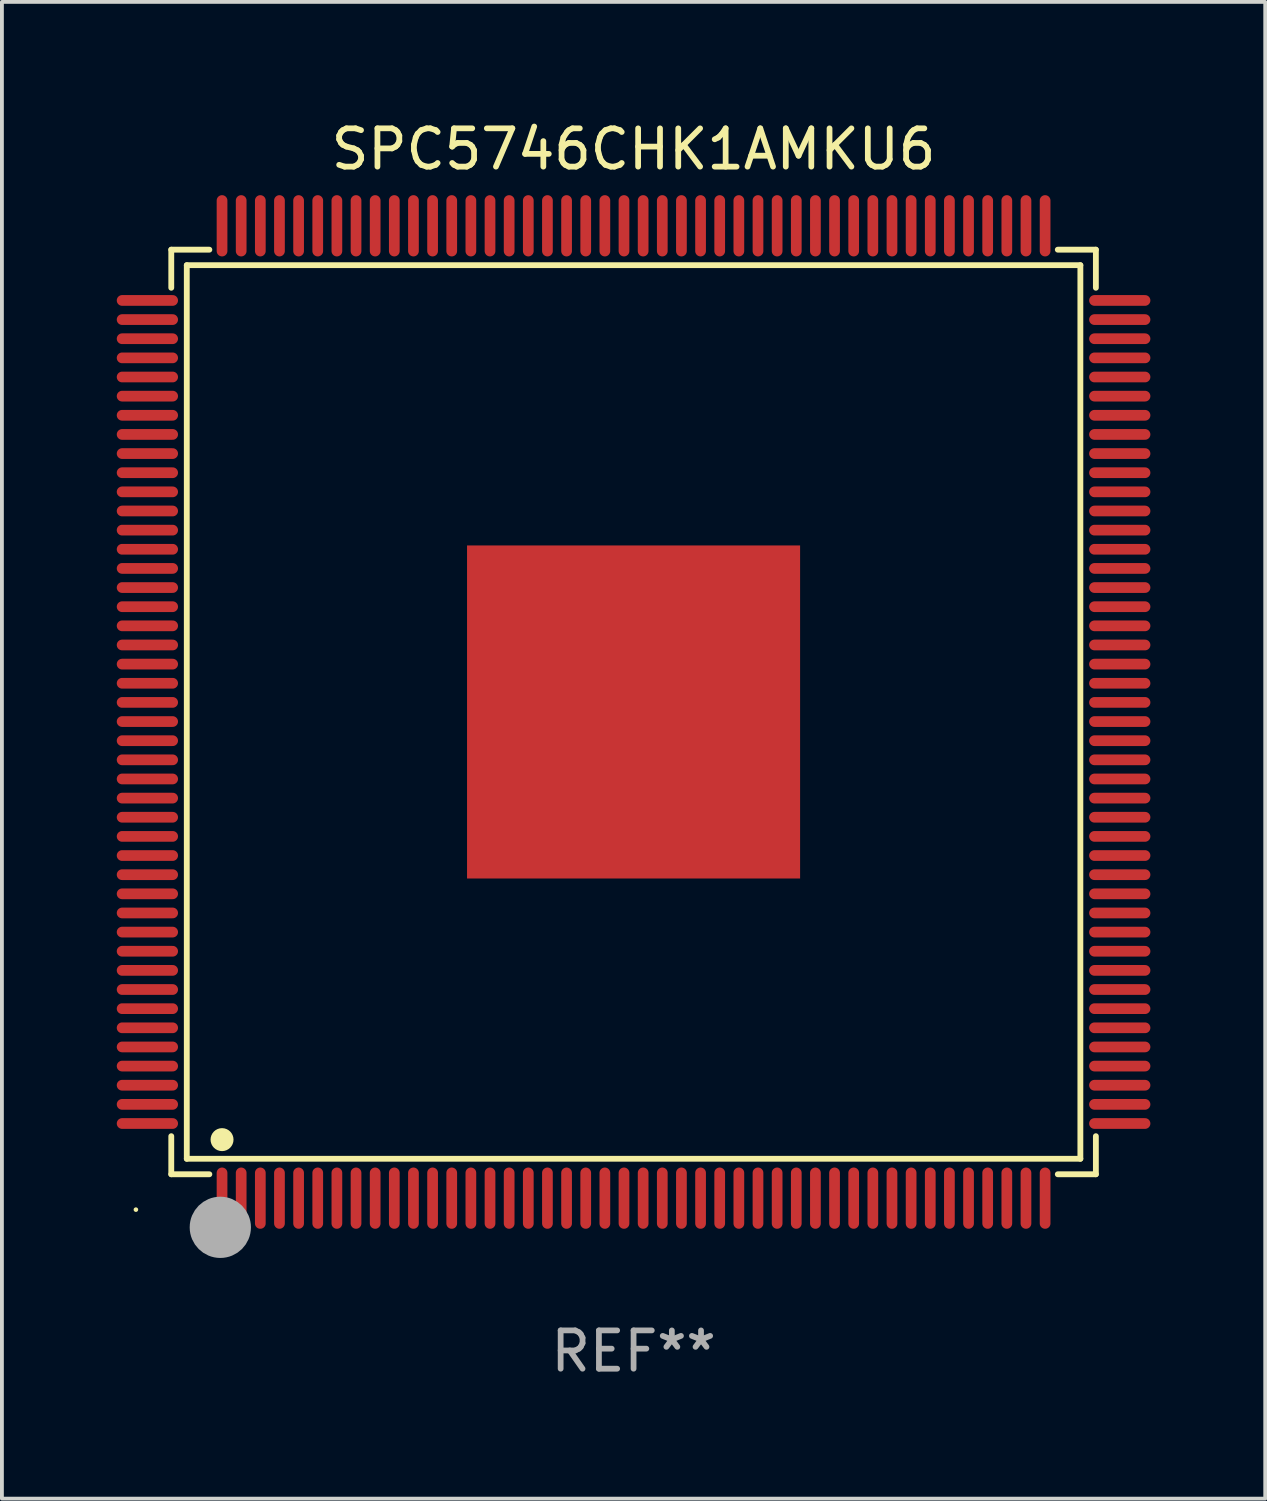
<source format=kicad_pcb>
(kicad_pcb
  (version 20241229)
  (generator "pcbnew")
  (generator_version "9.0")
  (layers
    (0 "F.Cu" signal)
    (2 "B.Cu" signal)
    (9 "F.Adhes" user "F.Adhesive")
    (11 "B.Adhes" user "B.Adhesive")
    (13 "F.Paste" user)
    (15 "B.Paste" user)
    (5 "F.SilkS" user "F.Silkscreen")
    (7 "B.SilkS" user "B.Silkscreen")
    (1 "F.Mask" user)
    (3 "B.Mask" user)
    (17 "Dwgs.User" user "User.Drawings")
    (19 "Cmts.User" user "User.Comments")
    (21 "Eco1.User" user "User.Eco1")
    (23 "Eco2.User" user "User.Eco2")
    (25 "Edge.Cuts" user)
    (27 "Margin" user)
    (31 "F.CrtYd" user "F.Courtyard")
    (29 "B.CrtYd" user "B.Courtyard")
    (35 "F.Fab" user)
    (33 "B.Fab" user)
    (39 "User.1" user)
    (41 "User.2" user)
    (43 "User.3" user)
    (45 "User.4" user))
  (footprint "SPC5746CHK1AMKU6"
    (layer "F.Cu")
    (at 13.5 15.548)
    (property "Reference" "SPC5746CHK1AMKU6" (at 0 -14.7 0) (layer "F.SilkS") (effects (font (size 1 1) (thickness 0.15))))
    (attr through_hole)
    (fp_line (start -12.076 -12.076) (end -11.081 -12.076) (stroke (width 0.152) (type solid)) (layer "F.SilkS"))
    (fp_line (start -12.076 -11.081) (end -12.076 -12.076) (stroke (width 0.152) (type solid)) (layer "F.SilkS"))
    (fp_line (start -12.076 11.081) (end -12.076 12.076) (stroke (width 0.152) (type solid)) (layer "F.SilkS"))
    (fp_line (start -12.076 12.076) (end -11.081 12.076) (stroke (width 0.152) (type solid)) (layer "F.SilkS"))
    (fp_line (start -11.671 -11.671) (end 11.671 -11.671) (stroke (width 0.152) (type solid)) (layer "F.SilkS"))
    (fp_line (start -11.671 11.671) (end -11.671 -11.671) (stroke (width 0.152) (type solid)) (layer "F.SilkS"))
    (fp_line (start 11.671 -11.671) (end 11.671 11.671) (stroke (width 0.152) (type solid)) (layer "F.SilkS"))
    (fp_line (start 11.671 11.671) (end -11.671 11.671) (stroke (width 0.152) (type solid)) (layer "F.SilkS"))
    (fp_line (start 12.076 -12.076) (end 11.081 -12.076) (stroke (width 0.152) (type solid)) (layer "F.SilkS"))
    (fp_line (start 12.076 -11.081) (end 12.076 -12.076) (stroke (width 0.152) (type solid)) (layer "F.SilkS"))
    (fp_line (start 12.076 11.081) (end 12.076 12.076) (stroke (width 0.152) (type solid)) (layer "F.SilkS"))
    (fp_line (start 12.076 12.076) (end 11.081 12.076) (stroke (width 0.152) (type solid)) (layer "F.SilkS"))
    (fp_circle (center -13 13) (end -12.97 13) (stroke (width 0.06) (type solid)) (fill no) (layer "F.SilkS"))
    (fp_circle (center -10.75 11.171) (end -10.6 11.171) (stroke (width 0.3) (type solid)) (fill no) (layer "F.SilkS"))
    (fp_circle (center -10.75 13.8) (end -10.65 13.8) (stroke (width 0.2) (type solid)) (fill no) (layer "F.SilkS"))
    (fp_circle (center -10.795 13.462) (end -10.395 13.462) (stroke (width 0.8) (type solid)) (fill no) (layer "F.Fab"))
    (fp_text user "REF**" (at 0 16.7 0) (layer "F.Fab") (effects (font (size 1 1) (thickness 0.15))))
    (pad "1" smd oval (at -10.75 12.7) (size 0.28 1.6) (layers "F.Cu" "F.Mask" "F.Paste"))
    (pad "2" smd oval (at -10.25 12.7) (size 0.28 1.6) (layers "F.Cu" "F.Mask" "F.Paste"))
    (pad "3" smd oval (at -9.75 12.7) (size 0.28 1.6) (layers "F.Cu" "F.Mask" "F.Paste"))
    (pad "4" smd oval (at -9.25 12.7) (size 0.28 1.6) (layers "F.Cu" "F.Mask" "F.Paste"))
    (pad "5" smd oval (at -8.75 12.7) (size 0.28 1.6) (layers "F.Cu" "F.Mask" "F.Paste"))
    (pad "6" smd oval (at -8.25 12.7) (size 0.28 1.6) (layers "F.Cu" "F.Mask" "F.Paste"))
    (pad "7" smd oval (at -7.75 12.7) (size 0.28 1.6) (layers "F.Cu" "F.Mask" "F.Paste"))
    (pad "8" smd oval (at -7.25 12.7) (size 0.28 1.6) (layers "F.Cu" "F.Mask" "F.Paste"))
    (pad "9" smd oval (at -6.75 12.7) (size 0.28 1.6) (layers "F.Cu" "F.Mask" "F.Paste"))
    (pad "10" smd oval (at -6.25 12.7) (size 0.28 1.6) (layers "F.Cu" "F.Mask" "F.Paste"))
    (pad "11" smd oval (at -5.75 12.7) (size 0.28 1.6) (layers "F.Cu" "F.Mask" "F.Paste"))
    (pad "12" smd oval (at -5.25 12.7) (size 0.28 1.6) (layers "F.Cu" "F.Mask" "F.Paste"))
    (pad "13" smd oval (at -4.75 12.7) (size 0.28 1.6) (layers "F.Cu" "F.Mask" "F.Paste"))
    (pad "14" smd oval (at -4.25 12.7) (size 0.28 1.6) (layers "F.Cu" "F.Mask" "F.Paste"))
    (pad "15" smd oval (at -3.75 12.7) (size 0.28 1.6) (layers "F.Cu" "F.Mask" "F.Paste"))
    (pad "16" smd oval (at -3.25 12.7) (size 0.28 1.6) (layers "F.Cu" "F.Mask" "F.Paste"))
    (pad "17" smd oval (at -2.75 12.7) (size 0.28 1.6) (layers "F.Cu" "F.Mask" "F.Paste"))
    (pad "18" smd oval (at -2.25 12.7) (size 0.28 1.6) (layers "F.Cu" "F.Mask" "F.Paste"))
    (pad "19" smd oval (at -1.75 12.7) (size 0.28 1.6) (layers "F.Cu" "F.Mask" "F.Paste"))
    (pad "20" smd oval (at -1.25 12.7) (size 0.28 1.6) (layers "F.Cu" "F.Mask" "F.Paste"))
    (pad "21" smd oval (at -0.75 12.7) (size 0.28 1.6) (layers "F.Cu" "F.Mask" "F.Paste"))
    (pad "22" smd oval (at -0.25 12.7) (size 0.28 1.6) (layers "F.Cu" "F.Mask" "F.Paste"))
    (pad "23" smd oval (at 0.25 12.7) (size 0.28 1.6) (layers "F.Cu" "F.Mask" "F.Paste"))
    (pad "24" smd oval (at 0.75 12.7) (size 0.28 1.6) (layers "F.Cu" "F.Mask" "F.Paste"))
    (pad "25" smd oval (at 1.25 12.7) (size 0.28 1.6) (layers "F.Cu" "F.Mask" "F.Paste"))
    (pad "26" smd oval (at 1.75 12.7) (size 0.28 1.6) (layers "F.Cu" "F.Mask" "F.Paste"))
    (pad "27" smd oval (at 2.25 12.7) (size 0.28 1.6) (layers "F.Cu" "F.Mask" "F.Paste"))
    (pad "28" smd oval (at 2.75 12.7) (size 0.28 1.6) (layers "F.Cu" "F.Mask" "F.Paste"))
    (pad "29" smd oval (at 3.25 12.7) (size 0.28 1.6) (layers "F.Cu" "F.Mask" "F.Paste"))
    (pad "30" smd oval (at 3.75 12.7) (size 0.28 1.6) (layers "F.Cu" "F.Mask" "F.Paste"))
    (pad "31" smd oval (at 4.25 12.7) (size 0.28 1.6) (layers "F.Cu" "F.Mask" "F.Paste"))
    (pad "32" smd oval (at 4.75 12.7) (size 0.28 1.6) (layers "F.Cu" "F.Mask" "F.Paste"))
    (pad "33" smd oval (at 5.25 12.7) (size 0.28 1.6) (layers "F.Cu" "F.Mask" "F.Paste"))
    (pad "34" smd oval (at 5.75 12.7) (size 0.28 1.6) (layers "F.Cu" "F.Mask" "F.Paste"))
    (pad "35" smd oval (at 6.25 12.7) (size 0.28 1.6) (layers "F.Cu" "F.Mask" "F.Paste"))
    (pad "36" smd oval (at 6.75 12.7) (size 0.28 1.6) (layers "F.Cu" "F.Mask" "F.Paste"))
    (pad "37" smd oval (at 7.25 12.7) (size 0.28 1.6) (layers "F.Cu" "F.Mask" "F.Paste"))
    (pad "38" smd oval (at 7.75 12.7) (size 0.28 1.6) (layers "F.Cu" "F.Mask" "F.Paste"))
    (pad "39" smd oval (at 8.25 12.7) (size 0.28 1.6) (layers "F.Cu" "F.Mask" "F.Paste"))
    (pad "40" smd oval (at 8.75 12.7) (size 0.28 1.6) (layers "F.Cu" "F.Mask" "F.Paste"))
    (pad "41" smd oval (at 9.25 12.7) (size 0.28 1.6) (layers "F.Cu" "F.Mask" "F.Paste"))
    (pad "42" smd oval (at 9.75 12.7) (size 0.28 1.6) (layers "F.Cu" "F.Mask" "F.Paste"))
    (pad "43" smd oval (at 10.25 12.7) (size 0.28 1.6) (layers "F.Cu" "F.Mask" "F.Paste"))
    (pad "44" smd oval (at 10.75 12.7) (size 0.28 1.6) (layers "F.Cu" "F.Mask" "F.Paste"))
    (pad "45" smd oval (at 12.7 10.75) (size 1.6 0.28) (layers "F.Cu" "F.Mask" "F.Paste"))
    (pad "46" smd oval (at 12.7 10.25) (size 1.6 0.28) (layers "F.Cu" "F.Mask" "F.Paste"))
    (pad "47" smd oval (at 12.7 9.75) (size 1.6 0.28) (layers "F.Cu" "F.Mask" "F.Paste"))
    (pad "48" smd oval (at 12.7 9.25) (size 1.6 0.28) (layers "F.Cu" "F.Mask" "F.Paste"))
    (pad "49" smd oval (at 12.7 8.75) (size 1.6 0.28) (layers "F.Cu" "F.Mask" "F.Paste"))
    (pad "50" smd oval (at 12.7 8.25) (size 1.6 0.28) (layers "F.Cu" "F.Mask" "F.Paste"))
    (pad "51" smd oval (at 12.7 7.75) (size 1.6 0.28) (layers "F.Cu" "F.Mask" "F.Paste"))
    (pad "52" smd oval (at 12.7 7.25) (size 1.6 0.28) (layers "F.Cu" "F.Mask" "F.Paste"))
    (pad "53" smd oval (at 12.7 6.75) (size 1.6 0.28) (layers "F.Cu" "F.Mask" "F.Paste"))
    (pad "54" smd oval (at 12.7 6.25) (size 1.6 0.28) (layers "F.Cu" "F.Mask" "F.Paste"))
    (pad "55" smd oval (at 12.7 5.75) (size 1.6 0.28) (layers "F.Cu" "F.Mask" "F.Paste"))
    (pad "56" smd oval (at 12.7 5.25) (size 1.6 0.28) (layers "F.Cu" "F.Mask" "F.Paste"))
    (pad "57" smd oval (at 12.7 4.75) (size 1.6 0.28) (layers "F.Cu" "F.Mask" "F.Paste"))
    (pad "58" smd oval (at 12.7 4.25) (size 1.6 0.28) (layers "F.Cu" "F.Mask" "F.Paste"))
    (pad "59" smd oval (at 12.7 3.75) (size 1.6 0.28) (layers "F.Cu" "F.Mask" "F.Paste"))
    (pad "60" smd oval (at 12.7 3.25) (size 1.6 0.28) (layers "F.Cu" "F.Mask" "F.Paste"))
    (pad "61" smd oval (at 12.7 2.75) (size 1.6 0.28) (layers "F.Cu" "F.Mask" "F.Paste"))
    (pad "62" smd oval (at 12.7 2.25) (size 1.6 0.28) (layers "F.Cu" "F.Mask" "F.Paste"))
    (pad "63" smd oval (at 12.7 1.75) (size 1.6 0.28) (layers "F.Cu" "F.Mask" "F.Paste"))
    (pad "64" smd oval (at 12.7 1.25) (size 1.6 0.28) (layers "F.Cu" "F.Mask" "F.Paste"))
    (pad "65" smd oval (at 12.7 0.75) (size 1.6 0.28) (layers "F.Cu" "F.Mask" "F.Paste"))
    (pad "66" smd oval (at 12.7 0.25) (size 1.6 0.28) (layers "F.Cu" "F.Mask" "F.Paste"))
    (pad "67" smd oval (at 12.7 -0.25) (size 1.6 0.28) (layers "F.Cu" "F.Mask" "F.Paste"))
    (pad "68" smd oval (at 12.7 -0.75) (size 1.6 0.28) (layers "F.Cu" "F.Mask" "F.Paste"))
    (pad "69" smd oval (at 12.7 -1.25) (size 1.6 0.28) (layers "F.Cu" "F.Mask" "F.Paste"))
    (pad "70" smd oval (at 12.7 -1.75) (size 1.6 0.28) (layers "F.Cu" "F.Mask" "F.Paste"))
    (pad "71" smd oval (at 12.7 -2.25) (size 1.6 0.28) (layers "F.Cu" "F.Mask" "F.Paste"))
    (pad "72" smd oval (at 12.7 -2.75) (size 1.6 0.28) (layers "F.Cu" "F.Mask" "F.Paste"))
    (pad "73" smd oval (at 12.7 -3.25) (size 1.6 0.28) (layers "F.Cu" "F.Mask" "F.Paste"))
    (pad "74" smd oval (at 12.7 -3.75) (size 1.6 0.28) (layers "F.Cu" "F.Mask" "F.Paste"))
    (pad "75" smd oval (at 12.7 -4.25) (size 1.6 0.28) (layers "F.Cu" "F.Mask" "F.Paste"))
    (pad "76" smd oval (at 12.7 -4.75) (size 1.6 0.28) (layers "F.Cu" "F.Mask" "F.Paste"))
    (pad "77" smd oval (at 12.7 -5.25) (size 1.6 0.28) (layers "F.Cu" "F.Mask" "F.Paste"))
    (pad "78" smd oval (at 12.7 -5.75) (size 1.6 0.28) (layers "F.Cu" "F.Mask" "F.Paste"))
    (pad "79" smd oval (at 12.7 -6.25) (size 1.6 0.28) (layers "F.Cu" "F.Mask" "F.Paste"))
    (pad "80" smd oval (at 12.7 -6.75) (size 1.6 0.28) (layers "F.Cu" "F.Mask" "F.Paste"))
    (pad "81" smd oval (at 12.7 -7.25) (size 1.6 0.28) (layers "F.Cu" "F.Mask" "F.Paste"))
    (pad "82" smd oval (at 12.7 -7.75) (size 1.6 0.28) (layers "F.Cu" "F.Mask" "F.Paste"))
    (pad "83" smd oval (at 12.7 -8.25) (size 1.6 0.28) (layers "F.Cu" "F.Mask" "F.Paste"))
    (pad "84" smd oval (at 12.7 -8.75) (size 1.6 0.28) (layers "F.Cu" "F.Mask" "F.Paste"))
    (pad "85" smd oval (at 12.7 -9.25) (size 1.6 0.28) (layers "F.Cu" "F.Mask" "F.Paste"))
    (pad "86" smd oval (at 12.7 -9.75) (size 1.6 0.28) (layers "F.Cu" "F.Mask" "F.Paste"))
    (pad "87" smd oval (at 12.7 -10.25) (size 1.6 0.28) (layers "F.Cu" "F.Mask" "F.Paste"))
    (pad "88" smd oval (at 12.7 -10.75) (size 1.6 0.28) (layers "F.Cu" "F.Mask" "F.Paste"))
    (pad "89" smd oval (at 10.75 -12.7) (size 0.28 1.6) (layers "F.Cu" "F.Mask" "F.Paste"))
    (pad "90" smd oval (at 10.25 -12.7) (size 0.28 1.6) (layers "F.Cu" "F.Mask" "F.Paste"))
    (pad "91" smd oval (at 9.75 -12.7) (size 0.28 1.6) (layers "F.Cu" "F.Mask" "F.Paste"))
    (pad "92" smd oval (at 9.25 -12.7) (size 0.28 1.6) (layers "F.Cu" "F.Mask" "F.Paste"))
    (pad "93" smd oval (at 8.75 -12.7) (size 0.28 1.6) (layers "F.Cu" "F.Mask" "F.Paste"))
    (pad "94" smd oval (at 8.25 -12.7) (size 0.28 1.6) (layers "F.Cu" "F.Mask" "F.Paste"))
    (pad "95" smd oval (at 7.75 -12.7) (size 0.28 1.6) (layers "F.Cu" "F.Mask" "F.Paste"))
    (pad "96" smd oval (at 7.25 -12.7) (size 0.28 1.6) (layers "F.Cu" "F.Mask" "F.Paste"))
    (pad "97" smd oval (at 6.75 -12.7) (size 0.28 1.6) (layers "F.Cu" "F.Mask" "F.Paste"))
    (pad "98" smd oval (at 6.25 -12.7) (size 0.28 1.6) (layers "F.Cu" "F.Mask" "F.Paste"))
    (pad "99" smd oval (at 5.75 -12.7) (size 0.28 1.6) (layers "F.Cu" "F.Mask" "F.Paste"))
    (pad "100" smd oval (at 5.25 -12.7) (size 0.28 1.6) (layers "F.Cu" "F.Mask" "F.Paste"))
    (pad "101" smd oval (at 4.75 -12.7) (size 0.28 1.6) (layers "F.Cu" "F.Mask" "F.Paste"))
    (pad "102" smd oval (at 4.25 -12.7) (size 0.28 1.6) (layers "F.Cu" "F.Mask" "F.Paste"))
    (pad "103" smd oval (at 3.75 -12.7) (size 0.28 1.6) (layers "F.Cu" "F.Mask" "F.Paste"))
    (pad "104" smd oval (at 3.25 -12.7) (size 0.28 1.6) (layers "F.Cu" "F.Mask" "F.Paste"))
    (pad "105" smd oval (at 2.75 -12.7) (size 0.28 1.6) (layers "F.Cu" "F.Mask" "F.Paste"))
    (pad "106" smd oval (at 2.25 -12.7) (size 0.28 1.6) (layers "F.Cu" "F.Mask" "F.Paste"))
    (pad "107" smd oval (at 1.75 -12.7) (size 0.28 1.6) (layers "F.Cu" "F.Mask" "F.Paste"))
    (pad "108" smd oval (at 1.25 -12.7) (size 0.28 1.6) (layers "F.Cu" "F.Mask" "F.Paste"))
    (pad "109" smd oval (at 0.75 -12.7) (size 0.28 1.6) (layers "F.Cu" "F.Mask" "F.Paste"))
    (pad "110" smd oval (at 0.25 -12.7) (size 0.28 1.6) (layers "F.Cu" "F.Mask" "F.Paste"))
    (pad "111" smd oval (at -0.25 -12.7) (size 0.28 1.6) (layers "F.Cu" "F.Mask" "F.Paste"))
    (pad "112" smd oval (at -0.75 -12.7) (size 0.28 1.6) (layers "F.Cu" "F.Mask" "F.Paste"))
    (pad "113" smd oval (at -1.25 -12.7) (size 0.28 1.6) (layers "F.Cu" "F.Mask" "F.Paste"))
    (pad "114" smd oval (at -1.75 -12.7) (size 0.28 1.6) (layers "F.Cu" "F.Mask" "F.Paste"))
    (pad "115" smd oval (at -2.25 -12.7) (size 0.28 1.6) (layers "F.Cu" "F.Mask" "F.Paste"))
    (pad "116" smd oval (at -2.75 -12.7) (size 0.28 1.6) (layers "F.Cu" "F.Mask" "F.Paste"))
    (pad "117" smd oval (at -3.25 -12.7) (size 0.28 1.6) (layers "F.Cu" "F.Mask" "F.Paste"))
    (pad "118" smd oval (at -3.75 -12.7) (size 0.28 1.6) (layers "F.Cu" "F.Mask" "F.Paste"))
    (pad "119" smd oval (at -4.25 -12.7) (size 0.28 1.6) (layers "F.Cu" "F.Mask" "F.Paste"))
    (pad "120" smd oval (at -4.75 -12.7) (size 0.28 1.6) (layers "F.Cu" "F.Mask" "F.Paste"))
    (pad "121" smd oval (at -5.25 -12.7) (size 0.28 1.6) (layers "F.Cu" "F.Mask" "F.Paste"))
    (pad "122" smd oval (at -5.75 -12.7) (size 0.28 1.6) (layers "F.Cu" "F.Mask" "F.Paste"))
    (pad "123" smd oval (at -6.25 -12.7) (size 0.28 1.6) (layers "F.Cu" "F.Mask" "F.Paste"))
    (pad "124" smd oval (at -6.75 -12.7) (size 0.28 1.6) (layers "F.Cu" "F.Mask" "F.Paste"))
    (pad "125" smd oval (at -7.25 -12.7) (size 0.28 1.6) (layers "F.Cu" "F.Mask" "F.Paste"))
    (pad "126" smd oval (at -7.75 -12.7) (size 0.28 1.6) (layers "F.Cu" "F.Mask" "F.Paste"))
    (pad "127" smd oval (at -8.25 -12.7) (size 0.28 1.6) (layers "F.Cu" "F.Mask" "F.Paste"))
    (pad "128" smd oval (at -8.75 -12.7) (size 0.28 1.6) (layers "F.Cu" "F.Mask" "F.Paste"))
    (pad "129" smd oval (at -9.25 -12.7) (size 0.28 1.6) (layers "F.Cu" "F.Mask" "F.Paste"))
    (pad "130" smd oval (at -9.75 -12.7) (size 0.28 1.6) (layers "F.Cu" "F.Mask" "F.Paste"))
    (pad "131" smd oval (at -10.25 -12.7) (size 0.28 1.6) (layers "F.Cu" "F.Mask" "F.Paste"))
    (pad "132" smd oval (at -10.75 -12.7) (size 0.28 1.6) (layers "F.Cu" "F.Mask" "F.Paste"))
    (pad "133" smd oval (at -12.7 -10.75) (size 1.6 0.28) (layers "F.Cu" "F.Mask" "F.Paste"))
    (pad "134" smd oval (at -12.7 -10.25) (size 1.6 0.28) (layers "F.Cu" "F.Mask" "F.Paste"))
    (pad "135" smd oval (at -12.7 -9.75) (size 1.6 0.28) (layers "F.Cu" "F.Mask" "F.Paste"))
    (pad "136" smd oval (at -12.7 -9.25) (size 1.6 0.28) (layers "F.Cu" "F.Mask" "F.Paste"))
    (pad "137" smd oval (at -12.7 -8.75) (size 1.6 0.28) (layers "F.Cu" "F.Mask" "F.Paste"))
    (pad "138" smd oval (at -12.7 -8.25) (size 1.6 0.28) (layers "F.Cu" "F.Mask" "F.Paste"))
    (pad "139" smd oval (at -12.7 -7.75) (size 1.6 0.28) (layers "F.Cu" "F.Mask" "F.Paste"))
    (pad "140" smd oval (at -12.7 -7.25) (size 1.6 0.28) (layers "F.Cu" "F.Mask" "F.Paste"))
    (pad "141" smd oval (at -12.7 -6.75) (size 1.6 0.28) (layers "F.Cu" "F.Mask" "F.Paste"))
    (pad "142" smd oval (at -12.7 -6.25) (size 1.6 0.28) (layers "F.Cu" "F.Mask" "F.Paste"))
    (pad "143" smd oval (at -12.7 -5.75) (size 1.6 0.28) (layers "F.Cu" "F.Mask" "F.Paste"))
    (pad "144" smd oval (at -12.7 -5.25) (size 1.6 0.28) (layers "F.Cu" "F.Mask" "F.Paste"))
    (pad "145" smd oval (at -12.7 -4.75) (size 1.6 0.28) (layers "F.Cu" "F.Mask" "F.Paste"))
    (pad "146" smd oval (at -12.7 -4.25) (size 1.6 0.28) (layers "F.Cu" "F.Mask" "F.Paste"))
    (pad "147" smd oval (at -12.7 -3.75) (size 1.6 0.28) (layers "F.Cu" "F.Mask" "F.Paste"))
    (pad "148" smd oval (at -12.7 -3.25) (size 1.6 0.28) (layers "F.Cu" "F.Mask" "F.Paste"))
    (pad "149" smd oval (at -12.7 -2.75) (size 1.6 0.28) (layers "F.Cu" "F.Mask" "F.Paste"))
    (pad "150" smd oval (at -12.7 -2.25) (size 1.6 0.28) (layers "F.Cu" "F.Mask" "F.Paste"))
    (pad "151" smd oval (at -12.7 -1.75) (size 1.6 0.28) (layers "F.Cu" "F.Mask" "F.Paste"))
    (pad "152" smd oval (at -12.7 -1.25) (size 1.6 0.28) (layers "F.Cu" "F.Mask" "F.Paste"))
    (pad "153" smd oval (at -12.7 -0.75) (size 1.6 0.28) (layers "F.Cu" "F.Mask" "F.Paste"))
    (pad "154" smd oval (at -12.7 -0.25) (size 1.6 0.28) (layers "F.Cu" "F.Mask" "F.Paste"))
    (pad "155" smd oval (at -12.7 0.25) (size 1.6 0.28) (layers "F.Cu" "F.Mask" "F.Paste"))
    (pad "156" smd oval (at -12.7 0.75) (size 1.6 0.28) (layers "F.Cu" "F.Mask" "F.Paste"))
    (pad "157" smd oval (at -12.7 1.25) (size 1.6 0.28) (layers "F.Cu" "F.Mask" "F.Paste"))
    (pad "158" smd oval (at -12.7 1.75) (size 1.6 0.28) (layers "F.Cu" "F.Mask" "F.Paste"))
    (pad "159" smd oval (at -12.7 2.25) (size 1.6 0.28) (layers "F.Cu" "F.Mask" "F.Paste"))
    (pad "160" smd oval (at -12.7 2.75) (size 1.6 0.28) (layers "F.Cu" "F.Mask" "F.Paste"))
    (pad "161" smd oval (at -12.7 3.25) (size 1.6 0.28) (layers "F.Cu" "F.Mask" "F.Paste"))
    (pad "162" smd oval (at -12.7 3.75) (size 1.6 0.28) (layers "F.Cu" "F.Mask" "F.Paste"))
    (pad "163" smd oval (at -12.7 4.25) (size 1.6 0.28) (layers "F.Cu" "F.Mask" "F.Paste"))
    (pad "164" smd oval (at -12.7 4.75) (size 1.6 0.28) (layers "F.Cu" "F.Mask" "F.Paste"))
    (pad "165" smd oval (at -12.7 5.25) (size 1.6 0.28) (layers "F.Cu" "F.Mask" "F.Paste"))
    (pad "166" smd oval (at -12.7 5.75) (size 1.6 0.28) (layers "F.Cu" "F.Mask" "F.Paste"))
    (pad "167" smd oval (at -12.7 6.25) (size 1.6 0.28) (layers "F.Cu" "F.Mask" "F.Paste"))
    (pad "168" smd oval (at -12.7 6.75) (size 1.6 0.28) (layers "F.Cu" "F.Mask" "F.Paste"))
    (pad "169" smd oval (at -12.7 7.25) (size 1.6 0.28) (layers "F.Cu" "F.Mask" "F.Paste"))
    (pad "170" smd oval (at -12.7 7.75) (size 1.6 0.28) (layers "F.Cu" "F.Mask" "F.Paste"))
    (pad "171" smd oval (at -12.7 8.25) (size 1.6 0.28) (layers "F.Cu" "F.Mask" "F.Paste"))
    (pad "172" smd oval (at -12.7 8.75) (size 1.6 0.28) (layers "F.Cu" "F.Mask" "F.Paste"))
    (pad "173" smd oval (at -12.7 9.25) (size 1.6 0.28) (layers "F.Cu" "F.Mask" "F.Paste"))
    (pad "174" smd oval (at -12.7 9.75) (size 1.6 0.28) (layers "F.Cu" "F.Mask" "F.Paste"))
    (pad "175" smd oval (at -12.7 10.25) (size 1.6 0.28) (layers "F.Cu" "F.Mask" "F.Paste"))
    (pad "176" smd oval (at -12.7 10.75) (size 1.6 0.28) (layers "F.Cu" "F.Mask" "F.Paste"))
    (pad "177" smd rect (at 0 0) (size 8.7 8.7) (layers "F.Cu" "F.Mask" "F.Paste")))
  (gr_rect
    (start -3 -3)
    (end 30 36.097)
    (stroke (width 0.1) (type default))
    (fill no)
    (layer "Edge.Cuts")))
</source>
